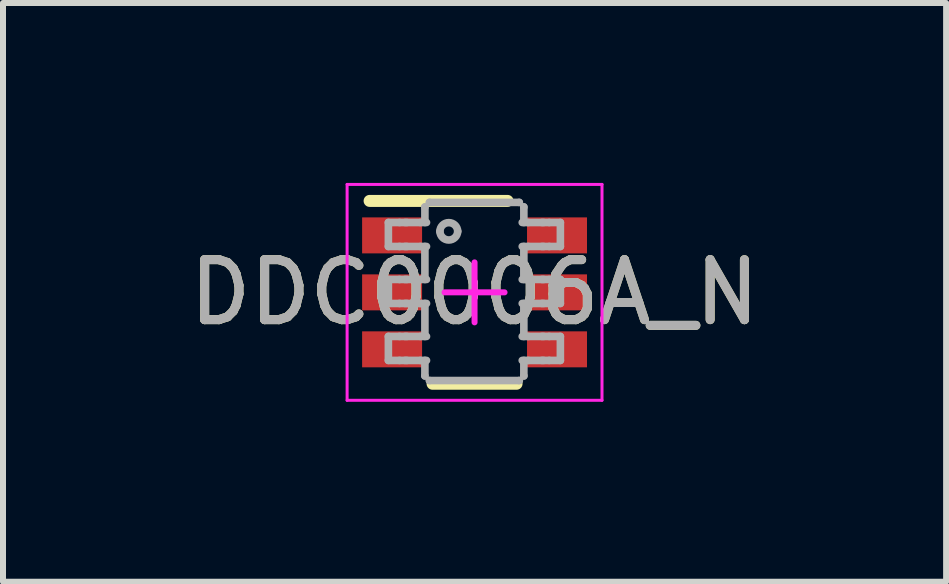
<source format=kicad_pcb>
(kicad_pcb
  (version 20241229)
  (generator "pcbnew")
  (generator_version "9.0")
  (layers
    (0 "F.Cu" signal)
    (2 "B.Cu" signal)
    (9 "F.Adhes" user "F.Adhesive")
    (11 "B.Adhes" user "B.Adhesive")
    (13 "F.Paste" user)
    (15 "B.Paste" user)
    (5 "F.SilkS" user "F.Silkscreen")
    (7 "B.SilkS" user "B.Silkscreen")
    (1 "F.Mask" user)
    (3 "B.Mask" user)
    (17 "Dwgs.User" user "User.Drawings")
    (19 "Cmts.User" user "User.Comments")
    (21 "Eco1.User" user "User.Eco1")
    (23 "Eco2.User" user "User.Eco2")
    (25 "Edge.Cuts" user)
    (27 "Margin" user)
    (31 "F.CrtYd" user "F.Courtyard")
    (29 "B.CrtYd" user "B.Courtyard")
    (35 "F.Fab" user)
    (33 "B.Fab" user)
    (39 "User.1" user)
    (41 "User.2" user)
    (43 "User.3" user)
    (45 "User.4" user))
  (footprint "DDC0006A_N"
    (layer "F.Cu")
    (at 4.863 1.825)
    (property "Reference" "DDC0006A_N" (at 0 0 0) (unlocked yes) (layer "F.SilkS") (effects (font (size 1 1) (thickness 0.15))))
    (attr smd)
    (fp_line (start -1.75 -1.525) (end 0.55 -1.525) (stroke (width 0.2) (type solid)) (layer "F.SilkS"))
    (fp_line (start -0.7 1.524) (end 0.7 1.524) (stroke (width 0.2) (type solid)) (layer "F.SilkS"))
    (fp_line (start -2.125 -1.8) (end 2.125 -1.8) (stroke (width 0.05) (type solid)) (layer "F.CrtYd"))
    (fp_line (start -2.125 1.8) (end -2.125 -1.8) (stroke (width 0.05) (type solid)) (layer "F.CrtYd"))
    (fp_line (start -2.125 1.8) (end 2.125 1.8) (stroke (width 0.05) (type solid)) (layer "F.CrtYd"))
    (fp_line (start -0.5 0) (end 0.5 0) (stroke (width 0.1) (type solid)) (layer "F.CrtYd"))
    (fp_line (start 0 0.5) (end 0 -0.5) (stroke (width 0.1) (type solid)) (layer "F.CrtYd"))
    (fp_line (start 2.125 1.8) (end 2.125 -1.8) (stroke (width 0.05) (type solid)) (layer "F.CrtYd"))
    (fp_line (start -1.437 -1.165) (end -1.251 -1.165) (stroke (width 0.127) (type solid)) (layer "F.Fab"))
    (fp_line (start -1.437 -0.765) (end -1.437 -1.165) (stroke (width 0.127) (type solid)) (layer "F.Fab"))
    (fp_line (start -1.437 -0.765) (end -1.251 -0.765) (stroke (width 0.127) (type solid)) (layer "F.Fab"))
    (fp_line (start -1.437 -0.215) (end -1.251 -0.215) (stroke (width 0.127) (type solid)) (layer "F.Fab"))
    (fp_line (start -1.437 0.185) (end -1.437 -0.215) (stroke (width 0.127) (type solid)) (layer "F.Fab"))
    (fp_line (start -1.437 0.185) (end -1.251 0.185) (stroke (width 0.127) (type solid)) (layer "F.Fab"))
    (fp_line (start -1.437 0.735) (end -1.251 0.735) (stroke (width 0.127) (type solid)) (layer "F.Fab"))
    (fp_line (start -1.437 1.135) (end -1.437 0.735) (stroke (width 0.127) (type solid)) (layer "F.Fab"))
    (fp_line (start -1.437 1.135) (end -1.251 1.135) (stroke (width 0.127) (type solid)) (layer "F.Fab"))
    (fp_line (start -1.251 -1.165) (end -1.159 -1.165) (stroke (width 0.127) (type solid)) (layer "F.Fab"))
    (fp_line (start -1.251 -0.765) (end -1.159 -0.765) (stroke (width 0.127) (type solid)) (layer "F.Fab"))
    (fp_line (start -1.251 -0.215) (end -1.159 -0.215) (stroke (width 0.127) (type solid)) (layer "F.Fab"))
    (fp_line (start -1.251 0.185) (end -1.159 0.185) (stroke (width 0.127) (type solid)) (layer "F.Fab"))
    (fp_line (start -1.251 0.735) (end -1.159 0.735) (stroke (width 0.127) (type solid)) (layer "F.Fab"))
    (fp_line (start -1.251 1.135) (end -1.159 1.135) (stroke (width 0.127) (type solid)) (layer "F.Fab"))
    (fp_line (start -1.159 -1.165) (end -1.128 -1.165) (stroke (width 0.127) (type solid)) (layer "F.Fab"))
    (fp_line (start -1.159 -0.765) (end -1.128 -0.765) (stroke (width 0.127) (type solid)) (layer "F.Fab"))
    (fp_line (start -1.159 -0.215) (end -1.128 -0.215) (stroke (width 0.127) (type solid)) (layer "F.Fab"))
    (fp_line (start -1.159 0.185) (end -1.128 0.185) (stroke (width 0.127) (type solid)) (layer "F.Fab"))
    (fp_line (start -1.159 0.735) (end -1.128 0.735) (stroke (width 0.127) (type solid)) (layer "F.Fab"))
    (fp_line (start -1.159 1.135) (end -1.128 1.135) (stroke (width 0.127) (type solid)) (layer "F.Fab"))
    (fp_line (start -1.128 -1.165) (end -0.903 -1.165) (stroke (width 0.127) (type solid)) (layer "F.Fab"))
    (fp_line (start -1.128 -0.765) (end -0.903 -0.765) (stroke (width 0.127) (type solid)) (layer "F.Fab"))
    (fp_line (start -1.128 -0.215) (end -0.903 -0.215) (stroke (width 0.127) (type solid)) (layer "F.Fab"))
    (fp_line (start -1.128 0.185) (end -0.903 0.185) (stroke (width 0.127) (type solid)) (layer "F.Fab"))
    (fp_line (start -1.128 0.735) (end -0.903 0.735) (stroke (width 0.127) (type solid)) (layer "F.Fab"))
    (fp_line (start -1.128 1.135) (end -0.903 1.135) (stroke (width 0.127) (type solid)) (layer "F.Fab"))
    (fp_line (start -0.903 -1.165) (end -0.801 -1.165) (stroke (width 0.127) (type solid)) (layer "F.Fab"))
    (fp_line (start -0.903 -0.765) (end -0.801 -0.765) (stroke (width 0.127) (type solid)) (layer "F.Fab"))
    (fp_line (start -0.903 -0.215) (end -0.801 -0.215) (stroke (width 0.127) (type solid)) (layer "F.Fab"))
    (fp_line (start -0.903 0.185) (end -0.801 0.185) (stroke (width 0.127) (type solid)) (layer "F.Fab"))
    (fp_line (start -0.903 0.735) (end -0.801 0.735) (stroke (width 0.127) (type solid)) (layer "F.Fab"))
    (fp_line (start -0.903 1.135) (end -0.801 1.135) (stroke (width 0.127) (type solid)) (layer "F.Fab"))
    (fp_line (start -0.828 -1.422) (end -0.828 -1.426) (stroke (width 0.127) (type solid)) (layer "F.Fab"))
    (fp_line (start -0.828 -1.165) (end -0.828 -1.422) (stroke (width 0.127) (type solid)) (layer "F.Fab"))
    (fp_line (start -0.828 -0.215) (end -0.828 -0.765) (stroke (width 0.127) (type solid)) (layer "F.Fab"))
    (fp_line (start -0.828 0.735) (end -0.828 0.185) (stroke (width 0.127) (type solid)) (layer "F.Fab"))
    (fp_line (start -0.828 1.392) (end -0.828 1.135) (stroke (width 0.127) (type solid)) (layer "F.Fab"))
    (fp_line (start -0.828 1.395) (end -0.828 1.392) (stroke (width 0.127) (type solid)) (layer "F.Fab"))
    (fp_line (start -0.754 -1.5) (end -0.75 -1.5) (stroke (width 0.127) (type solid)) (layer "F.Fab"))
    (fp_line (start -0.754 1.47) (end -0.75 1.47) (stroke (width 0.127) (type solid)) (layer "F.Fab"))
    (fp_line (start -0.75 -1.5) (end 0.743 -1.5) (stroke (width 0.127) (type solid)) (layer "F.Fab"))
    (fp_line (start -0.75 1.47) (end 0.743 1.47) (stroke (width 0.127) (type solid)) (layer "F.Fab"))
    (fp_line (start 0.743 -1.5) (end 0.747 -1.5) (stroke (width 0.127) (type solid)) (layer "F.Fab"))
    (fp_line (start 0.743 1.47) (end 0.747 1.47) (stroke (width 0.127) (type solid)) (layer "F.Fab"))
    (fp_line (start 0.795 -1.165) (end 0.896 -1.165) (stroke (width 0.127) (type solid)) (layer "F.Fab"))
    (fp_line (start 0.795 -0.765) (end 0.896 -0.765) (stroke (width 0.127) (type solid)) (layer "F.Fab"))
    (fp_line (start 0.795 -0.215) (end 0.896 -0.215) (stroke (width 0.127) (type solid)) (layer "F.Fab"))
    (fp_line (start 0.795 0.185) (end 0.896 0.185) (stroke (width 0.127) (type solid)) (layer "F.Fab"))
    (fp_line (start 0.795 0.735) (end 0.896 0.735) (stroke (width 0.127) (type solid)) (layer "F.Fab"))
    (fp_line (start 0.795 1.135) (end 0.896 1.135) (stroke (width 0.127) (type solid)) (layer "F.Fab"))
    (fp_line (start 0.822 -1.422) (end 0.822 -1.426) (stroke (width 0.127) (type solid)) (layer "F.Fab"))
    (fp_line (start 0.822 -1.165) (end 0.822 -1.422) (stroke (width 0.127) (type solid)) (layer "F.Fab"))
    (fp_line (start 0.822 -0.215) (end 0.822 -0.765) (stroke (width 0.127) (type solid)) (layer "F.Fab"))
    (fp_line (start 0.822 0.735) (end 0.822 0.185) (stroke (width 0.127) (type solid)) (layer "F.Fab"))
    (fp_line (start 0.822 1.392) (end 0.822 1.135) (stroke (width 0.127) (type solid)) (layer "F.Fab"))
    (fp_line (start 0.822 1.395) (end 0.822 1.392) (stroke (width 0.127) (type solid)) (layer "F.Fab"))
    (fp_line (start 0.896 -1.165) (end 1.122 -1.165) (stroke (width 0.127) (type solid)) (layer "F.Fab"))
    (fp_line (start 0.896 -0.765) (end 1.122 -0.765) (stroke (width 0.127) (type solid)) (layer "F.Fab"))
    (fp_line (start 0.896 -0.215) (end 1.122 -0.215) (stroke (width 0.127) (type solid)) (layer "F.Fab"))
    (fp_line (start 0.896 0.185) (end 1.122 0.185) (stroke (width 0.127) (type solid)) (layer "F.Fab"))
    (fp_line (start 0.896 0.735) (end 1.122 0.735) (stroke (width 0.127) (type solid)) (layer "F.Fab"))
    (fp_line (start 0.896 1.135) (end 1.122 1.135) (stroke (width 0.127) (type solid)) (layer "F.Fab"))
    (fp_line (start 1.122 -1.165) (end 1.152 -1.165) (stroke (width 0.127) (type solid)) (layer "F.Fab"))
    (fp_line (start 1.122 -0.765) (end 1.152 -0.765) (stroke (width 0.127) (type solid)) (layer "F.Fab"))
    (fp_line (start 1.122 -0.215) (end 1.152 -0.215) (stroke (width 0.127) (type solid)) (layer "F.Fab"))
    (fp_line (start 1.122 0.185) (end 1.152 0.185) (stroke (width 0.127) (type solid)) (layer "F.Fab"))
    (fp_line (start 1.122 0.735) (end 1.152 0.735) (stroke (width 0.127) (type solid)) (layer "F.Fab"))
    (fp_line (start 1.122 1.135) (end 1.152 1.135) (stroke (width 0.127) (type solid)) (layer "F.Fab"))
    (fp_line (start 1.152 -1.165) (end 1.245 -1.165) (stroke (width 0.127) (type solid)) (layer "F.Fab"))
    (fp_line (start 1.152 -0.765) (end 1.245 -0.765) (stroke (width 0.127) (type solid)) (layer "F.Fab"))
    (fp_line (start 1.152 -0.215) (end 1.245 -0.215) (stroke (width 0.127) (type solid)) (layer "F.Fab"))
    (fp_line (start 1.152 0.185) (end 1.245 0.185) (stroke (width 0.127) (type solid)) (layer "F.Fab"))
    (fp_line (start 1.152 0.735) (end 1.245 0.735) (stroke (width 0.127) (type solid)) (layer "F.Fab"))
    (fp_line (start 1.152 1.135) (end 1.245 1.135) (stroke (width 0.127) (type solid)) (layer "F.Fab"))
    (fp_line (start 1.245 -1.165) (end 1.431 -1.165) (stroke (width 0.127) (type solid)) (layer "F.Fab"))
    (fp_line (start 1.245 -0.765) (end 1.431 -0.765) (stroke (width 0.127) (type solid)) (layer "F.Fab"))
    (fp_line (start 1.245 -0.215) (end 1.431 -0.215) (stroke (width 0.127) (type solid)) (layer "F.Fab"))
    (fp_line (start 1.245 0.185) (end 1.431 0.185) (stroke (width 0.127) (type solid)) (layer "F.Fab"))
    (fp_line (start 1.245 0.735) (end 1.431 0.735) (stroke (width 0.127) (type solid)) (layer "F.Fab"))
    (fp_line (start 1.245 1.135) (end 1.431 1.135) (stroke (width 0.127) (type solid)) (layer "F.Fab"))
    (fp_line (start 1.431 -0.765) (end 1.431 -1.165) (stroke (width 0.127) (type solid)) (layer "F.Fab"))
    (fp_line (start 1.431 0.185) (end 1.431 -0.215) (stroke (width 0.127) (type solid)) (layer "F.Fab"))
    (fp_line (start 1.431 1.135) (end 1.431 0.735) (stroke (width 0.127) (type solid)) (layer "F.Fab"))
    (fp_arc (start -0.578322 -1.017679) (mid -0.429542 -1.166459) (end -0.280761 -1.017679) (stroke (width 0.127) (type solid)) (layer "F.Fab"))
    (fp_arc (start -0.280761 -1.017679) (mid -0.429542 -0.868898) (end -0.578322 -1.017679) (stroke (width 0.127) (type solid)) (layer "F.Fab"))
    (fp_text user "${REFERENCE}" (at 0 0 0) (unlocked yes) (layer "F.Fab") (effects (font (size 1 1) (thickness 0.15))))
    (pad "1" smd rect (at -1.375 -0.95 90) (size 0.6 1) (layers "F.Cu" "F.Mask" "F.Paste"))
    (pad "2" smd rect (at -1.375 0 90) (size 0.6 1) (layers "F.Cu" "F.Mask" "F.Paste"))
    (pad "3" smd rect (at -1.375 0.95 90) (size 0.6 1) (layers "F.Cu" "F.Mask" "F.Paste"))
    (pad "4" smd rect (at 1.375 0.95 90) (size 0.6 1) (layers "F.Cu" "F.Mask" "F.Paste"))
    (pad "5" smd rect (at 1.375 0 90) (size 0.6 1) (layers "F.Cu" "F.Mask" "F.Paste"))
    (pad "6" smd rect (at 1.375 -0.95 90) (size 0.6 1) (layers "F.Cu" "F.Mask" "F.Paste")))
  (gr_rect
    (start -3 -3)
    (end 12.726 6.65)
    (stroke (width 0.1) (type default))
    (fill no)
    (layer "Edge.Cuts")))
</source>
